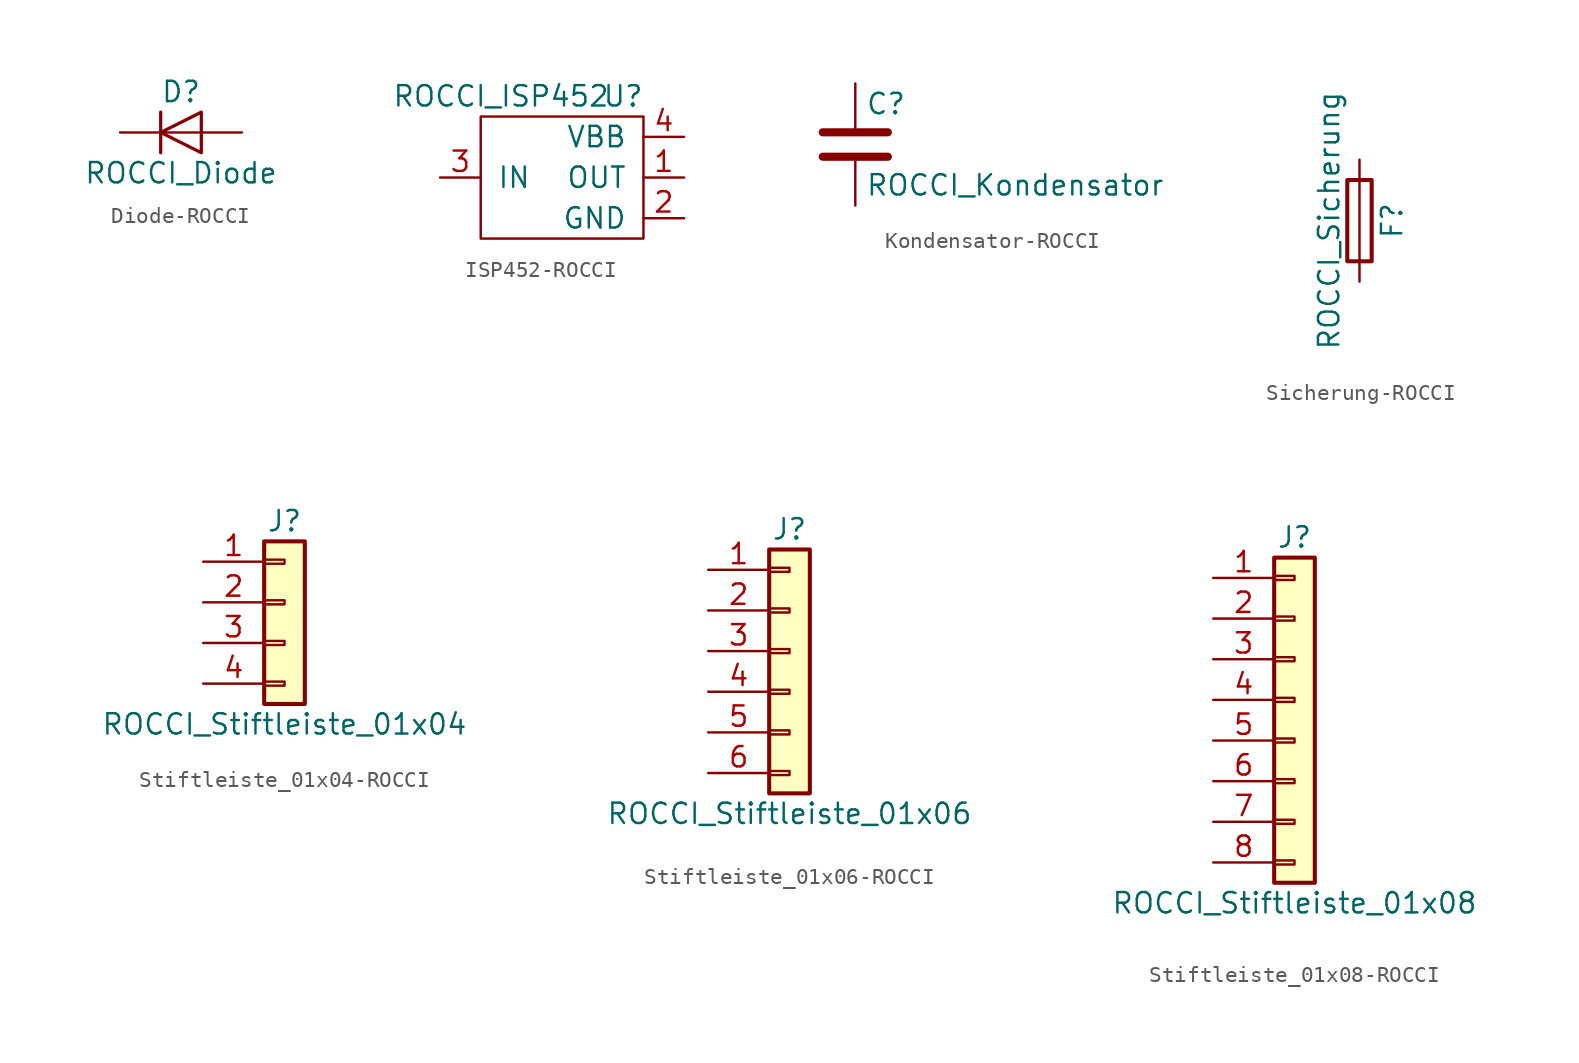
<source format=kicad_sym>
(kicad_symbol_lib
  (version 20220914)
  (generator kicad_symbol_editor)
  (symbol "Diode-ROCCI"
    (pin_numbers hide)
    (pin_names
      (offset 1.016) hide)
    (property "Reference" "D"
      (at 0 2.54 0)
      (effects (font (size 1.27 1.27))))
    (property "Value" "ROCCI_Diode"
      (at 0 -2.54 0)
      (effects (font (size 1.27 1.27))))
    (symbol "Diode-ROCCI_0_1"
      (polyline (pts (xy -1.27 1.27) (xy -1.27 -1.27)) (stroke (width 0.203) (type solid)) (fill (type none)))
      (polyline (pts (xy 1.27 0) (xy -1.27 0)) (stroke (width 0) (type solid)) (fill (type none)))
      (polyline (pts (xy 1.27 1.27) (xy 1.27 -1.27) (xy -1.27 0) (xy 1.27 1.27)) (stroke (width 0.203) (type solid)) (fill (type none))))
    (symbol "Diode-ROCCI_1_1"
      (pin passive line (at -3.81 0 0) (length 2.54) (name "K" (effects (font (size 1.27 1.27)))) (number "1" (effects (font (size 1.27 1.27)))))
      (pin passive line (at 3.81 0 180) (length 2.54) (name "A" (effects (font (size 1.27 1.27)))) (number "2" (effects (font (size 1.27 1.27)))))))
  (symbol "ISP452-ROCCI"
    (pin_names
      (offset 1.016))
    (property "Reference" "U"
      (at 2.54 2.54 0)
      (effects (font (size 1.27 1.27))))
    (property "Value" "ROCCI_ISP452"
      (at -5.08 2.54 0)
      (effects (font (size 1.27 1.27))))
    (symbol "ISP452-ROCCI_0_1"
      (rectangle (start -6.35 1.27) (end 3.81 -6.35) (stroke (width 0) (type solid)) (fill (type none))))
    (symbol "ISP452-ROCCI_1_1"
      (pin output line (at 6.35 -2.54 180) (length 2.54) (name "OUT" (effects (font (size 1.27 1.27)))) (number "1" (effects (font (size 1.27 1.27)))))
      (pin input line (at 6.35 -5.08 180) (length 2.54) (name "GND" (effects (font (size 1.27 1.27)))) (number "2" (effects (font (size 1.27 1.27)))))
      (pin input line (at -8.89 -2.54 0) (length 2.54) (name "IN" (effects (font (size 1.27 1.27)))) (number "3" (effects (font (size 1.27 1.27)))))
      (pin input line (at 6.35 0 180) (length 2.54) (name "VBB" (effects (font (size 1.27 1.27)))) (number "4" (effects (font (size 1.27 1.27)))))))
  (symbol "Kondensator-ROCCI"
    (pin_numbers hide)
    (pin_names
      (offset 0.254))
    (property "Reference" "C"
      (at 0.635 2.54 0)
      (effects (font (size 1.27 1.27)) (justify left)))
    (property "Value" "ROCCI_Kondensator"
      (at 0.635 -2.54 0)
      (effects (font (size 1.27 1.27)) (justify left)))
    (symbol "Kondensator-ROCCI_0_1"
      (polyline (pts (xy -2.032 -0.762) (xy 2.032 -0.762)) (stroke (width 0.508) (type solid)) (fill (type none)))
      (polyline (pts (xy -2.032 0.762) (xy 2.032 0.762)) (stroke (width 0.508) (type solid)) (fill (type none))))
    (symbol "Kondensator-ROCCI_1_1"
      (pin passive line (at 0 3.81 270) (length 2.794) (name "~" (effects (font (size 1.27 1.27)))) (number "1" (effects (font (size 1.27 1.27)))))
      (pin passive line (at 0 -3.81 90) (length 2.794) (name "~" (effects (font (size 1.27 1.27)))) (number "2" (effects (font (size 1.27 1.27)))))))
  (symbol "Sicherung-ROCCI"
    (pin_numbers hide)
    (pin_names
      (offset 0))
    (property "Reference" "F"
      (at 2.032 0 90)
      (effects (font (size 1.27 1.27))))
    (property "Value" "ROCCI_Sicherung"
      (at -1.905 0 90)
      (effects (font (size 1.27 1.27))))
    (symbol "Sicherung-ROCCI_0_1"
      (rectangle (start -0.762 -2.54) (end 0.762 2.54) (stroke (width 0.254) (type solid)) (fill (type none)))
      (polyline (pts (xy 0 2.54) (xy 0 -2.54)) (stroke (width 0) (type solid)) (fill (type none))))
    (symbol "Sicherung-ROCCI_1_1"
      (pin passive line (at 0 3.81 270) (length 1.27) (name "~" (effects (font (size 1.27 1.27)))) (number "1" (effects (font (size 1.27 1.27)))))
      (pin passive line (at 0 -3.81 90) (length 1.27) (name "~" (effects (font (size 1.27 1.27)))) (number "2" (effects (font (size 1.27 1.27)))))))
  (symbol "Stiftleiste_01x04-ROCCI"
    (pin_names
      (offset 1.016) hide)
    (property "Reference" "J"
      (at 0 5.08 0)
      (effects (font (size 1.27 1.27))))
    (property "Value" "ROCCI_Stiftleiste_01x04"
      (at 0 -7.62 0)
      (effects (font (size 1.27 1.27))))
    (symbol "Stiftleiste_01x04-ROCCI_1_1"
      (rectangle (start -1.27 -4.953) (end 0 -5.207) (stroke (width 0.152) (type solid)) (fill (type none)))
      (rectangle (start -1.27 -2.413) (end 0 -2.667) (stroke (width 0.152) (type solid)) (fill (type none)))
      (rectangle (start -1.27 0.127) (end 0 -0.127) (stroke (width 0.152) (type solid)) (fill (type none)))
      (rectangle (start -1.27 2.667) (end 0 2.413) (stroke (width 0.152) (type solid)) (fill (type none)))
      (rectangle (start -1.27 3.81) (end 1.27 -6.35) (stroke (width 0.254) (type solid)) (fill (type background)))
      (pin passive line (at -5.08 2.54 0) (length 3.81) (name "Pin_1" (effects (font (size 1.27 1.27)))) (number "1" (effects (font (size 1.27 1.27)))))
      (pin passive line (at -5.08 0 0) (length 3.81) (name "Pin_2" (effects (font (size 1.27 1.27)))) (number "2" (effects (font (size 1.27 1.27)))))
      (pin passive line (at -5.08 -2.54 0) (length 3.81) (name "Pin_3" (effects (font (size 1.27 1.27)))) (number "3" (effects (font (size 1.27 1.27)))))
      (pin passive line (at -5.08 -5.08 0) (length 3.81) (name "Pin_4" (effects (font (size 1.27 1.27)))) (number "4" (effects (font (size 1.27 1.27)))))))
  (symbol "Stiftleiste_01x06-ROCCI"
    (pin_names
      (offset 1.016) hide)
    (property "Reference" "J"
      (at 0 7.62 0)
      (effects (font (size 1.27 1.27))))
    (property "Value" "ROCCI_Stiftleiste_01x06"
      (at 0 -10.16 0)
      (effects (font (size 1.27 1.27))))
    (symbol "Stiftleiste_01x06-ROCCI_1_1"
      (rectangle (start -1.27 -7.493) (end 0 -7.747) (stroke (width 0.152) (type solid)) (fill (type none)))
      (rectangle (start -1.27 -4.953) (end 0 -5.207) (stroke (width 0.152) (type solid)) (fill (type none)))
      (rectangle (start -1.27 -2.413) (end 0 -2.667) (stroke (width 0.152) (type solid)) (fill (type none)))
      (rectangle (start -1.27 0.127) (end 0 -0.127) (stroke (width 0.152) (type solid)) (fill (type none)))
      (rectangle (start -1.27 2.667) (end 0 2.413) (stroke (width 0.152) (type solid)) (fill (type none)))
      (rectangle (start -1.27 5.207) (end 0 4.953) (stroke (width 0.152) (type solid)) (fill (type none)))
      (rectangle (start -1.27 6.35) (end 1.27 -8.89) (stroke (width 0.254) (type solid)) (fill (type background)))
      (pin passive line (at -5.08 5.08 0) (length 3.81) (name "Pin_1" (effects (font (size 1.27 1.27)))) (number "1" (effects (font (size 1.27 1.27)))))
      (pin passive line (at -5.08 2.54 0) (length 3.81) (name "Pin_2" (effects (font (size 1.27 1.27)))) (number "2" (effects (font (size 1.27 1.27)))))
      (pin passive line (at -5.08 0 0) (length 3.81) (name "Pin_3" (effects (font (size 1.27 1.27)))) (number "3" (effects (font (size 1.27 1.27)))))
      (pin passive line (at -5.08 -2.54 0) (length 3.81) (name "Pin_4" (effects (font (size 1.27 1.27)))) (number "4" (effects (font (size 1.27 1.27)))))
      (pin passive line (at -5.08 -5.08 0) (length 3.81) (name "Pin_5" (effects (font (size 1.27 1.27)))) (number "5" (effects (font (size 1.27 1.27)))))
      (pin passive line (at -5.08 -7.62 0) (length 3.81) (name "Pin_6" (effects (font (size 1.27 1.27)))) (number "6" (effects (font (size 1.27 1.27)))))))
  (symbol "Stiftleiste_01x08-ROCCI"
    (pin_names
      (offset 1.016) hide)
    (property "Reference" "J"
      (at 0 10.16 0)
      (effects (font (size 1.27 1.27))))
    (property "Value" "ROCCI_Stiftleiste_01x08"
      (at 0 -12.7 0)
      (effects (font (size 1.27 1.27))))
    (symbol "Stiftleiste_01x08-ROCCI_1_1"
      (rectangle (start -1.27 -10.033) (end 0 -10.287) (stroke (width 0.152) (type solid)) (fill (type none)))
      (rectangle (start -1.27 -7.493) (end 0 -7.747) (stroke (width 0.152) (type solid)) (fill (type none)))
      (rectangle (start -1.27 -4.953) (end 0 -5.207) (stroke (width 0.152) (type solid)) (fill (type none)))
      (rectangle (start -1.27 -2.413) (end 0 -2.667) (stroke (width 0.152) (type solid)) (fill (type none)))
      (rectangle (start -1.27 0.127) (end 0 -0.127) (stroke (width 0.152) (type solid)) (fill (type none)))
      (rectangle (start -1.27 2.667) (end 0 2.413) (stroke (width 0.152) (type solid)) (fill (type none)))
      (rectangle (start -1.27 5.207) (end 0 4.953) (stroke (width 0.152) (type solid)) (fill (type none)))
      (rectangle (start -1.27 7.747) (end 0 7.493) (stroke (width 0.152) (type solid)) (fill (type none)))
      (rectangle (start -1.27 8.89) (end 1.27 -11.43) (stroke (width 0.254) (type solid)) (fill (type background)))
      (pin passive line (at -5.08 7.62 0) (length 3.81) (name "Pin_1" (effects (font (size 1.27 1.27)))) (number "1" (effects (font (size 1.27 1.27)))))
      (pin passive line (at -5.08 5.08 0) (length 3.81) (name "Pin_2" (effects (font (size 1.27 1.27)))) (number "2" (effects (font (size 1.27 1.27)))))
      (pin passive line (at -5.08 2.54 0) (length 3.81) (name "Pin_3" (effects (font (size 1.27 1.27)))) (number "3" (effects (font (size 1.27 1.27)))))
      (pin passive line (at -5.08 0 0) (length 3.81) (name "Pin_4" (effects (font (size 1.27 1.27)))) (number "4" (effects (font (size 1.27 1.27)))))
      (pin passive line (at -5.08 -2.54 0) (length 3.81) (name "Pin_5" (effects (font (size 1.27 1.27)))) (number "5" (effects (font (size 1.27 1.27)))))
      (pin passive line (at -5.08 -5.08 0) (length 3.81) (name "Pin_6" (effects (font (size 1.27 1.27)))) (number "6" (effects (font (size 1.27 1.27)))))
      (pin passive line (at -5.08 -7.62 0) (length 3.81) (name "Pin_7" (effects (font (size 1.27 1.27)))) (number "7" (effects (font (size 1.27 1.27)))))
      (pin passive line (at -5.08 -10.16 0) (length 3.81) (name "Pin_8" (effects (font (size 1.27 1.27)))) (number "8" (effects (font (size 1.27 1.27))))))))
</source>
